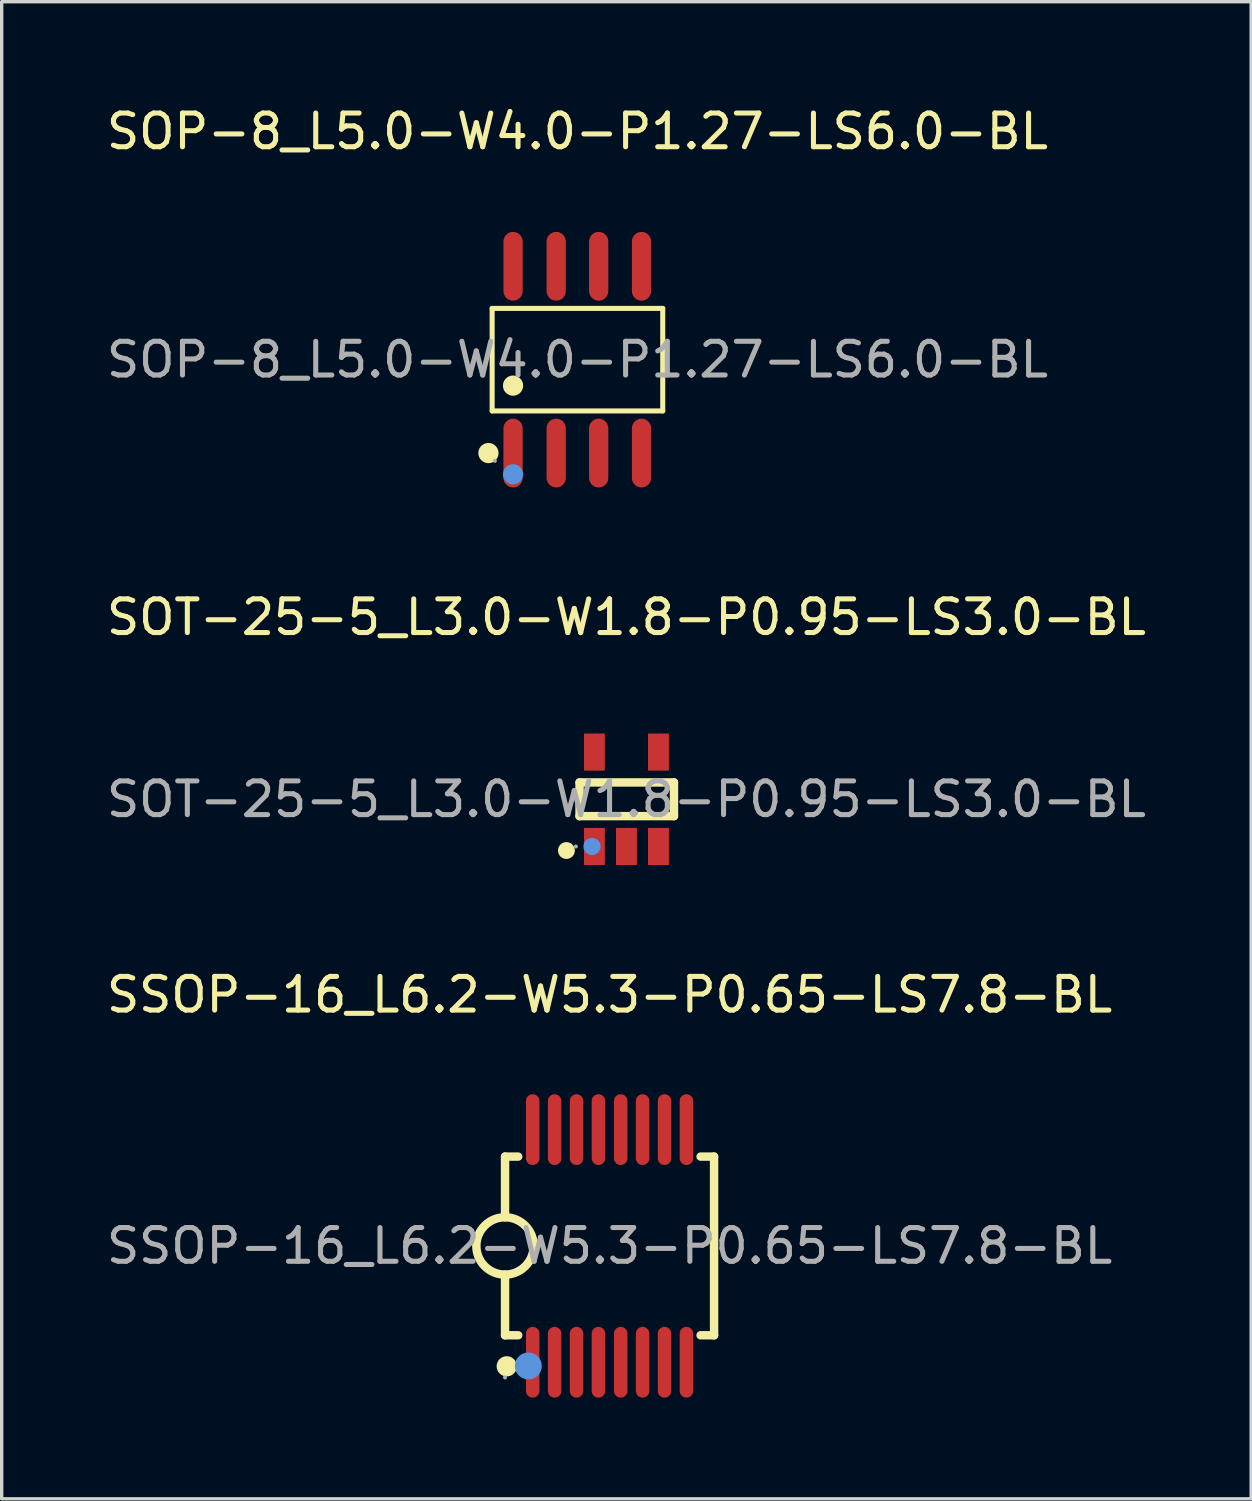
<source format=kicad_pcb>
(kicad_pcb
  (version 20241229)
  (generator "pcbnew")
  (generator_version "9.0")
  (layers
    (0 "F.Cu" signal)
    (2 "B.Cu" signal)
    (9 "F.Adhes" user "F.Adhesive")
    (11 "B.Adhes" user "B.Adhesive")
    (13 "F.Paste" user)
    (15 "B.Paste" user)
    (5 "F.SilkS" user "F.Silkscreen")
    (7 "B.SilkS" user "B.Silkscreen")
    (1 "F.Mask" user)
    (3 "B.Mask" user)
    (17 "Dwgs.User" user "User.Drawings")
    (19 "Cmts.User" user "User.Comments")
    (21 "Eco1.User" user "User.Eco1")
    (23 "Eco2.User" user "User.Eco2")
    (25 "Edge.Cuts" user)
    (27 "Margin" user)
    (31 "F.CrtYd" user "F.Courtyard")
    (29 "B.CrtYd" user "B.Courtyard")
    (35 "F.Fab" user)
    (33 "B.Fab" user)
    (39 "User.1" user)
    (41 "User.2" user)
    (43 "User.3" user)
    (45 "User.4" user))
  (footprint "SSOP-16_L6.2-W5.3-P0.65-LS7.8-BL"
    (layer "F.Cu")
    (at 15.03 33.905)
    (property "Reference" "SSOP-16_L6.2-W5.3-P0.65-LS7.8-BL" (at 0 -7.45 0) (layer "F.SilkS") (effects (font (size 1 1) (thickness 0.15))))
    (attr through_hole)
    (fp_line (start -3.1 -2.65) (end -3.1 -0.85) (stroke (width 0.25) (type solid)) (layer "F.SilkS"))
    (fp_line (start -3.1 -2.65) (end -2.71 -2.65) (stroke (width 0.25) (type solid)) (layer "F.SilkS"))
    (fp_line (start -3.1 2.65) (end -3.1 0.85) (stroke (width 0.25) (type solid)) (layer "F.SilkS"))
    (fp_line (start -3.1 2.65) (end -2.71 2.65) (stroke (width 0.25) (type solid)) (layer "F.SilkS"))
    (fp_line (start 2.7 -2.65) (end 3.1 -2.65) (stroke (width 0.25) (type solid)) (layer "F.SilkS"))
    (fp_line (start 2.7 2.65) (end 3.1 2.65) (stroke (width 0.25) (type solid)) (layer "F.SilkS"))
    (fp_line (start 3.1 -2.65) (end 3.1 2.65) (stroke (width 0.25) (type solid)) (layer "F.SilkS"))
    (fp_arc (start -3.114835 0.849871) (mid -3.092582 -0.849968) (end -3.1 0.85) (stroke (width 0.25) (type solid)) (layer "F.SilkS"))
    (fp_arc (start -3.05 3.57) (mid -3.05 3.57) (end -3.05 3.57) (stroke (width 0.3) (type solid)) (layer "F.SilkS"))
    (fp_circle (center -2.41 3.56) (end -2.21 3.56) (stroke (width 0.4) (type solid)) (fill no) (layer "Cmts.User"))
    (fp_circle (center -3.1 3.9) (end -3.07 3.9) (stroke (width 0.06) (type solid)) (fill no) (layer "F.Fab"))
    (fp_text user "${REFERENCE}" (at 0 0 0) (layer "F.Fab") (effects (font (size 1 1) (thickness 0.15))))
    (pad "1" smd oval (at -2.28 3.45 180) (size 0.4 2.1) (layers "F.Cu" "F.Mask" "F.Paste"))
    (pad "2" smd oval (at -1.63 3.45 180) (size 0.4 2.1) (layers "F.Cu" "F.Mask" "F.Paste"))
    (pad "3" smd oval (at -0.98 3.45 180) (size 0.4 2.1) (layers "F.Cu" "F.Mask" "F.Paste"))
    (pad "4" smd oval (at -0.33 3.45 180) (size 0.4 2.1) (layers "F.Cu" "F.Mask" "F.Paste"))
    (pad "5" smd oval (at 0.33 3.45 180) (size 0.4 2.1) (layers "F.Cu" "F.Mask" "F.Paste"))
    (pad "6" smd oval (at 0.98 3.45 180) (size 0.4 2.1) (layers "F.Cu" "F.Mask" "F.Paste"))
    (pad "7" smd oval (at 1.63 3.45 180) (size 0.4 2.1) (layers "F.Cu" "F.Mask" "F.Paste"))
    (pad "8" smd oval (at 2.28 3.45 180) (size 0.4 2.1) (layers "F.Cu" "F.Mask" "F.Paste"))
    (pad "9" smd oval (at 2.28 -3.45 180) (size 0.4 2.1) (layers "F.Cu" "F.Mask" "F.Paste"))
    (pad "10" smd oval (at 1.63 -3.45 180) (size 0.4 2.1) (layers "F.Cu" "F.Mask" "F.Paste"))
    (pad "11" smd oval (at 0.98 -3.45 180) (size 0.4 2.1) (layers "F.Cu" "F.Mask" "F.Paste"))
    (pad "12" smd oval (at 0.33 -3.45 180) (size 0.4 2.1) (layers "F.Cu" "F.Mask" "F.Paste"))
    (pad "13" smd oval (at -0.33 -3.45 180) (size 0.4 2.1) (layers "F.Cu" "F.Mask" "F.Paste"))
    (pad "14" smd oval (at -0.98 -3.45 180) (size 0.4 2.1) (layers "F.Cu" "F.Mask" "F.Paste"))
    (pad "15" smd oval (at -1.63 -3.45 180) (size 0.4 2.1) (layers "F.Cu" "F.Mask" "F.Paste"))
    (pad "16" smd oval (at -2.28 -3.45 180) (size 0.4 2.1) (layers "F.Cu" "F.Mask" "F.Paste")))
  (footprint "SOT-25-5_L3.0-W1.8-P0.95-LS3.0-BL"
    (layer "F.Cu")
    (at 15.53 20.657)
    (property "Reference" "SOT-25-5_L3.0-W1.8-P0.95-LS3.0-BL" (at 0 -5.4 0) (layer "F.SilkS") (effects (font (size 1 1) (thickness 0.15))))
    (attr through_hole)
    (fp_line (start -1.39 -0.5) (end 1.41 -0.5) (stroke (width 0.25) (type solid)) (layer "F.SilkS"))
    (fp_line (start -1.39 0.5) (end -1.39 -0.5) (stroke (width 0.25) (type solid)) (layer "F.SilkS"))
    (fp_line (start 1.41 -0.5) (end 1.41 0.5) (stroke (width 0.25) (type solid)) (layer "F.SilkS"))
    (fp_line (start 1.41 0.5) (end -1.39 0.5) (stroke (width 0.25) (type solid)) (layer "F.SilkS"))
    (fp_arc (start -1.78 1.52) (mid -1.78 1.52) (end -1.78 1.52) (stroke (width 0.25) (type solid)) (layer "F.SilkS"))
    (fp_circle (center -1.02 1.4) (end -0.89 1.4) (stroke (width 0.25) (type solid)) (fill no) (layer "Cmts.User"))
    (fp_circle (center -1.5 1.4) (end -1.47 1.4) (stroke (width 0.06) (type solid)) (fill no) (layer "F.Fab"))
    (fp_text user "${REFERENCE}" (at 0 0 0) (layer "F.Fab") (effects (font (size 1 1) (thickness 0.15))))
    (pad "1" smd rect (at -0.95 1.4) (size 0.62 1.1) (layers "F.Cu" "F.Mask" "F.Paste"))
    (pad "2" smd rect (at 0 1.4) (size 0.62 1.1) (layers "F.Cu" "F.Mask" "F.Paste"))
    (pad "3" smd rect (at 0.95 1.4) (size 0.62 1.1) (layers "F.Cu" "F.Mask" "F.Paste"))
    (pad "4" smd rect (at 0.95 -1.4) (size 0.62 1.1) (layers "F.Cu" "F.Mask" "F.Paste"))
    (pad "5" smd rect (at -0.95 -1.4) (size 0.62 1.1) (layers "F.Cu" "F.Mask" "F.Paste")))
  (footprint "SOP-8_L5.0-W4.0-P1.27-LS6.0-BL"
    (layer "F.Cu")
    (at 14.077 7.618)
    (property "Reference" "SOP-8_L5.0-W4.0-P1.27-LS6.0-BL" (at 0 -6.77 0) (layer "F.SilkS") (effects (font (size 1 1) (thickness 0.15))))
    (attr through_hole)
    (fp_line (start -2.53 -1.52) (end 2.53 -1.52) (stroke (width 0.15) (type solid)) (layer "F.SilkS"))
    (fp_line (start -2.53 1.52) (end -2.53 -1.52) (stroke (width 0.15) (type solid)) (layer "F.SilkS"))
    (fp_line (start 2.53 -1.52) (end 2.53 1.52) (stroke (width 0.15) (type solid)) (layer "F.SilkS"))
    (fp_line (start 2.53 1.52) (end -2.53 1.52) (stroke (width 0.15) (type solid)) (layer "F.SilkS"))
    (fp_circle (center -2.64 2.77) (end -2.49 2.77) (stroke (width 0.3) (type solid)) (fill no) (layer "F.SilkS"))
    (fp_circle (center -1.91 0.77) (end -1.76 0.77) (stroke (width 0.3) (type solid)) (fill no) (layer "F.SilkS"))
    (fp_circle (center -1.91 3.4) (end -1.76 3.4) (stroke (width 0.3) (type solid)) (fill no) (layer "Cmts.User"))
    (fp_circle (center -2.45 3) (end -2.42 3) (stroke (width 0.06) (type solid)) (fill no) (layer "F.Fab"))
    (fp_text user "${REFERENCE}" (at 0 0 0) (layer "F.Fab") (effects (font (size 1 1) (thickness 0.15))))
    (pad "1" smd oval (at -1.91 2.77) (size 0.57 2.04) (layers "F.Cu" "F.Mask" "F.Paste"))
    (pad "2" smd oval (at -0.63 2.77) (size 0.57 2.04) (layers "F.Cu" "F.Mask" "F.Paste"))
    (pad "3" smd oval (at 0.63 2.77) (size 0.57 2.04) (layers "F.Cu" "F.Mask" "F.Paste"))
    (pad "4" smd oval (at 1.9 2.77) (size 0.57 2.04) (layers "F.Cu" "F.Mask" "F.Paste"))
    (pad "5" smd oval (at 1.9 -2.77) (size 0.57 2.04) (layers "F.Cu" "F.Mask" "F.Paste"))
    (pad "6" smd oval (at 0.63 -2.77) (size 0.57 2.04) (layers "F.Cu" "F.Mask" "F.Paste"))
    (pad "7" smd oval (at -0.63 -2.77) (size 0.57 2.04) (layers "F.Cu" "F.Mask" "F.Paste"))
    (pad "8" smd oval (at -1.91 -2.77) (size 0.57 2.04) (layers "F.Cu" "F.Mask" "F.Paste")))
  (gr_rect
    (start -3 -3)
    (end 34.06 41.405)
    (stroke (width 0.1) (type default))
    (fill no)
    (layer "Edge.Cuts")))
</source>
